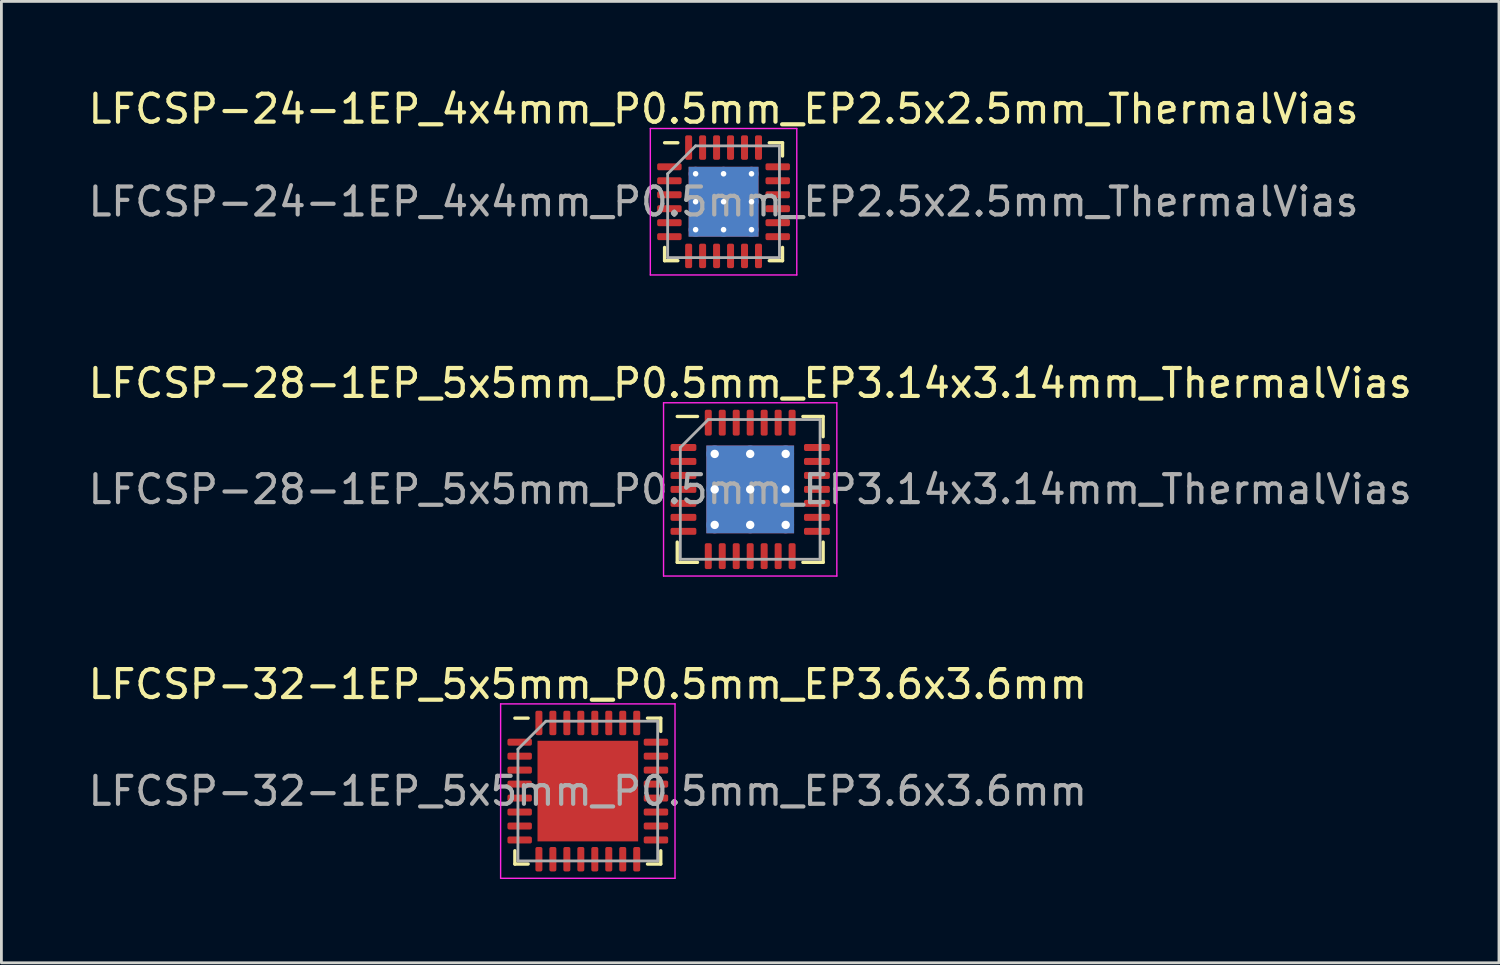
<source format=kicad_pcb>
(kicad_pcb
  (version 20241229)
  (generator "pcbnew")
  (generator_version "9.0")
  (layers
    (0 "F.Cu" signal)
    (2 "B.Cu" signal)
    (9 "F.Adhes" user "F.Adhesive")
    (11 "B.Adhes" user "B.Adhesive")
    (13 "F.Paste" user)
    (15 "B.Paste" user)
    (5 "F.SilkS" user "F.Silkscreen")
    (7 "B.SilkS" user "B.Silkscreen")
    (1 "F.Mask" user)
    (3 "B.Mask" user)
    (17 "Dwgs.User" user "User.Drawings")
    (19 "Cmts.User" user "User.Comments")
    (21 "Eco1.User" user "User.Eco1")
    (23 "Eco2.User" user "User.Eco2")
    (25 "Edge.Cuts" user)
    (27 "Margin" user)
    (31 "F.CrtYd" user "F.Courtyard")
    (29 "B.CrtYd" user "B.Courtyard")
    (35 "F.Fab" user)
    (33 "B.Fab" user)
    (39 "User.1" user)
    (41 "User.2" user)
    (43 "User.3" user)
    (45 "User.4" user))
  (footprint "LFCSP-32-1EP_5x5mm_P0.5mm_EP3.6x3.6mm"
    (layer "F.Cu")
    (at 17.982 25.255)
    (property "Reference" "LFCSP-32-1EP_5x5mm_P0.5mm_EP3.6x3.6mm" (at 0 -3.82 0) (layer "F.SilkS") (effects (font (size 1 1) (thickness 0.15))))
    (attr smd)
    (fp_line (start -2.61 2.61) (end -2.61 2.135) (stroke (width 0.12) (type solid)) (layer "F.SilkS"))
    (fp_line (start -2.135 -2.61) (end -2.61 -2.61) (stroke (width 0.12) (type solid)) (layer "F.SilkS"))
    (fp_line (start -2.135 2.61) (end -2.61 2.61) (stroke (width 0.12) (type solid)) (layer "F.SilkS"))
    (fp_line (start 2.135 -2.61) (end 2.61 -2.61) (stroke (width 0.12) (type solid)) (layer "F.SilkS"))
    (fp_line (start 2.135 2.61) (end 2.61 2.61) (stroke (width 0.12) (type solid)) (layer "F.SilkS"))
    (fp_line (start 2.61 -2.61) (end 2.61 -2.135) (stroke (width 0.12) (type solid)) (layer "F.SilkS"))
    (fp_line (start 2.61 2.61) (end 2.61 2.135) (stroke (width 0.12) (type solid)) (layer "F.SilkS"))
    (fp_line (start -3.12 -3.12) (end -3.12 3.12) (stroke (width 0.05) (type solid)) (layer "F.CrtYd"))
    (fp_line (start -3.12 3.12) (end 3.12 3.12) (stroke (width 0.05) (type solid)) (layer "F.CrtYd"))
    (fp_line (start 3.12 -3.12) (end -3.12 -3.12) (stroke (width 0.05) (type solid)) (layer "F.CrtYd"))
    (fp_line (start 3.12 3.12) (end 3.12 -3.12) (stroke (width 0.05) (type solid)) (layer "F.CrtYd"))
    (fp_line (start -2.5 -1.5) (end -1.5 -2.5) (stroke (width 0.1) (type solid)) (layer "F.Fab"))
    (fp_line (start -2.5 2.5) (end -2.5 -1.5) (stroke (width 0.1) (type solid)) (layer "F.Fab"))
    (fp_line (start -1.5 -2.5) (end 2.5 -2.5) (stroke (width 0.1) (type solid)) (layer "F.Fab"))
    (fp_line (start 2.5 -2.5) (end 2.5 2.5) (stroke (width 0.1) (type solid)) (layer "F.Fab"))
    (fp_line (start 2.5 2.5) (end -2.5 2.5) (stroke (width 0.1) (type solid)) (layer "F.Fab"))
    (fp_text user "${REFERENCE}" (at 0 0 0) (layer "F.Fab") (effects (font (size 1 1) (thickness 0.15))))
    (pad "" smd roundrect (at -0.9 -0.9) (size 1.45 1.45) (layers "F.Paste") (roundrect_rratio 0.172))
    (pad "" smd roundrect (at -0.9 0.9) (size 1.45 1.45) (layers "F.Paste") (roundrect_rratio 0.172))
    (pad "" smd roundrect (at 0.9 -0.9) (size 1.45 1.45) (layers "F.Paste") (roundrect_rratio 0.172))
    (pad "" smd roundrect (at 0.9 0.9) (size 1.45 1.45) (layers "F.Paste") (roundrect_rratio 0.172))
    (pad "1" smd roundrect (at -2.438 -1.75) (size 0.875 0.25) (layers "F.Cu" "F.Mask" "F.Paste") (roundrect_rratio 0.25))
    (pad "2" smd roundrect (at -2.438 -1.25) (size 0.875 0.25) (layers "F.Cu" "F.Mask" "F.Paste") (roundrect_rratio 0.25))
    (pad "3" smd roundrect (at -2.438 -0.75) (size 0.875 0.25) (layers "F.Cu" "F.Mask" "F.Paste") (roundrect_rratio 0.25))
    (pad "4" smd roundrect (at -2.438 -0.25) (size 0.875 0.25) (layers "F.Cu" "F.Mask" "F.Paste") (roundrect_rratio 0.25))
    (pad "5" smd roundrect (at -2.438 0.25) (size 0.875 0.25) (layers "F.Cu" "F.Mask" "F.Paste") (roundrect_rratio 0.25))
    (pad "6" smd roundrect (at -2.438 0.75) (size 0.875 0.25) (layers "F.Cu" "F.Mask" "F.Paste") (roundrect_rratio 0.25))
    (pad "7" smd roundrect (at -2.438 1.25) (size 0.875 0.25) (layers "F.Cu" "F.Mask" "F.Paste") (roundrect_rratio 0.25))
    (pad "8" smd roundrect (at -2.438 1.75) (size 0.875 0.25) (layers "F.Cu" "F.Mask" "F.Paste") (roundrect_rratio 0.25))
    (pad "9" smd roundrect (at -1.75 2.438) (size 0.25 0.875) (layers "F.Cu" "F.Mask" "F.Paste") (roundrect_rratio 0.25))
    (pad "10" smd roundrect (at -1.25 2.438) (size 0.25 0.875) (layers "F.Cu" "F.Mask" "F.Paste") (roundrect_rratio 0.25))
    (pad "11" smd roundrect (at -0.75 2.438) (size 0.25 0.875) (layers "F.Cu" "F.Mask" "F.Paste") (roundrect_rratio 0.25))
    (pad "12" smd roundrect (at -0.25 2.438) (size 0.25 0.875) (layers "F.Cu" "F.Mask" "F.Paste") (roundrect_rratio 0.25))
    (pad "13" smd roundrect (at 0.25 2.438) (size 0.25 0.875) (layers "F.Cu" "F.Mask" "F.Paste") (roundrect_rratio 0.25))
    (pad "14" smd roundrect (at 0.75 2.438) (size 0.25 0.875) (layers "F.Cu" "F.Mask" "F.Paste") (roundrect_rratio 0.25))
    (pad "15" smd roundrect (at 1.25 2.438) (size 0.25 0.875) (layers "F.Cu" "F.Mask" "F.Paste") (roundrect_rratio 0.25))
    (pad "16" smd roundrect (at 1.75 2.438) (size 0.25 0.875) (layers "F.Cu" "F.Mask" "F.Paste") (roundrect_rratio 0.25))
    (pad "17" smd roundrect (at 2.438 1.75) (size 0.875 0.25) (layers "F.Cu" "F.Mask" "F.Paste") (roundrect_rratio 0.25))
    (pad "18" smd roundrect (at 2.438 1.25) (size 0.875 0.25) (layers "F.Cu" "F.Mask" "F.Paste") (roundrect_rratio 0.25))
    (pad "19" smd roundrect (at 2.438 0.75) (size 0.875 0.25) (layers "F.Cu" "F.Mask" "F.Paste") (roundrect_rratio 0.25))
    (pad "20" smd roundrect (at 2.438 0.25) (size 0.875 0.25) (layers "F.Cu" "F.Mask" "F.Paste") (roundrect_rratio 0.25))
    (pad "21" smd roundrect (at 2.438 -0.25) (size 0.875 0.25) (layers "F.Cu" "F.Mask" "F.Paste") (roundrect_rratio 0.25))
    (pad "22" smd roundrect (at 2.438 -0.75) (size 0.875 0.25) (layers "F.Cu" "F.Mask" "F.Paste") (roundrect_rratio 0.25))
    (pad "23" smd roundrect (at 2.438 -1.25) (size 0.875 0.25) (layers "F.Cu" "F.Mask" "F.Paste") (roundrect_rratio 0.25))
    (pad "24" smd roundrect (at 2.438 -1.75) (size 0.875 0.25) (layers "F.Cu" "F.Mask" "F.Paste") (roundrect_rratio 0.25))
    (pad "25" smd roundrect (at 1.75 -2.438) (size 0.25 0.875) (layers "F.Cu" "F.Mask" "F.Paste") (roundrect_rratio 0.25))
    (pad "26" smd roundrect (at 1.25 -2.438) (size 0.25 0.875) (layers "F.Cu" "F.Mask" "F.Paste") (roundrect_rratio 0.25))
    (pad "27" smd roundrect (at 0.75 -2.438) (size 0.25 0.875) (layers "F.Cu" "F.Mask" "F.Paste") (roundrect_rratio 0.25))
    (pad "28" smd roundrect (at 0.25 -2.438) (size 0.25 0.875) (layers "F.Cu" "F.Mask" "F.Paste") (roundrect_rratio 0.25))
    (pad "29" smd roundrect (at -0.25 -2.438) (size 0.25 0.875) (layers "F.Cu" "F.Mask" "F.Paste") (roundrect_rratio 0.25))
    (pad "30" smd roundrect (at -0.75 -2.438) (size 0.25 0.875) (layers "F.Cu" "F.Mask" "F.Paste") (roundrect_rratio 0.25))
    (pad "31" smd roundrect (at -1.25 -2.438) (size 0.25 0.875) (layers "F.Cu" "F.Mask" "F.Paste") (roundrect_rratio 0.25))
    (pad "32" smd roundrect (at -1.75 -2.438) (size 0.25 0.875) (layers "F.Cu" "F.Mask" "F.Paste") (roundrect_rratio 0.25))
    (pad "33" smd rect (at 0 0) (size 3.6 3.6) (layers "F.Cu" "F.Mask")))
  (footprint "LFCSP-24-1EP_4x4mm_P0.5mm_EP2.5x2.5mm_ThermalVias"
    (layer "F.Cu")
    (at 22.839 4.168)
    (property "Reference" "LFCSP-24-1EP_4x4mm_P0.5mm_EP2.5x2.5mm_ThermalVias" (at 0 -3.32 0) (layer "F.SilkS") (effects (font (size 1 1) (thickness 0.15))))
    (attr smd)
    (fp_line (start -2.11 2.11) (end -2.11 1.635) (stroke (width 0.12) (type solid)) (layer "F.SilkS"))
    (fp_line (start -1.635 -2.11) (end -2.11 -2.11) (stroke (width 0.12) (type solid)) (layer "F.SilkS"))
    (fp_line (start -1.635 2.11) (end -2.11 2.11) (stroke (width 0.12) (type solid)) (layer "F.SilkS"))
    (fp_line (start 1.635 -2.11) (end 2.11 -2.11) (stroke (width 0.12) (type solid)) (layer "F.SilkS"))
    (fp_line (start 1.635 2.11) (end 2.11 2.11) (stroke (width 0.12) (type solid)) (layer "F.SilkS"))
    (fp_line (start 2.11 -2.11) (end 2.11 -1.635) (stroke (width 0.12) (type solid)) (layer "F.SilkS"))
    (fp_line (start 2.11 2.11) (end 2.11 1.635) (stroke (width 0.12) (type solid)) (layer "F.SilkS"))
    (fp_line (start -2.62 -2.62) (end -2.62 2.62) (stroke (width 0.05) (type solid)) (layer "F.CrtYd"))
    (fp_line (start -2.62 2.62) (end 2.62 2.62) (stroke (width 0.05) (type solid)) (layer "F.CrtYd"))
    (fp_line (start 2.62 -2.62) (end -2.62 -2.62) (stroke (width 0.05) (type solid)) (layer "F.CrtYd"))
    (fp_line (start 2.62 2.62) (end 2.62 -2.62) (stroke (width 0.05) (type solid)) (layer "F.CrtYd"))
    (fp_line (start -2 -1) (end -1 -2) (stroke (width 0.1) (type solid)) (layer "F.Fab"))
    (fp_line (start -2 2) (end -2 -1) (stroke (width 0.1) (type solid)) (layer "F.Fab"))
    (fp_line (start -1 -2) (end 2 -2) (stroke (width 0.1) (type solid)) (layer "F.Fab"))
    (fp_line (start 2 -2) (end 2 2) (stroke (width 0.1) (type solid)) (layer "F.Fab"))
    (fp_line (start 2 2) (end -2 2) (stroke (width 0.1) (type solid)) (layer "F.Fab"))
    (fp_text user "${REFERENCE}" (at 0 0 0) (layer "F.Fab") (effects (font (size 1 1) (thickness 0.15))))
    (pad "" smd roundrect (at -0.625 -0.625) (size 1.08 1.08) (layers "F.Paste") (roundrect_rratio 0.231))
    (pad "" smd roundrect (at -0.625 0.625) (size 1.08 1.08) (layers "F.Paste") (roundrect_rratio 0.231))
    (pad "" smd roundrect (at 0.625 -0.625) (size 1.08 1.08) (layers "F.Paste") (roundrect_rratio 0.231))
    (pad "" smd roundrect (at 0.625 0.625) (size 1.08 1.08) (layers "F.Paste") (roundrect_rratio 0.231))
    (pad "1" smd roundrect (at -1.938 -1.25) (size 0.875 0.25) (layers "F.Cu" "F.Mask" "F.Paste") (roundrect_rratio 0.25))
    (pad "2" smd roundrect (at -1.938 -0.75) (size 0.875 0.25) (layers "F.Cu" "F.Mask" "F.Paste") (roundrect_rratio 0.25))
    (pad "3" smd roundrect (at -1.938 -0.25) (size 0.875 0.25) (layers "F.Cu" "F.Mask" "F.Paste") (roundrect_rratio 0.25))
    (pad "4" smd roundrect (at -1.938 0.25) (size 0.875 0.25) (layers "F.Cu" "F.Mask" "F.Paste") (roundrect_rratio 0.25))
    (pad "5" smd roundrect (at -1.938 0.75) (size 0.875 0.25) (layers "F.Cu" "F.Mask" "F.Paste") (roundrect_rratio 0.25))
    (pad "6" smd roundrect (at -1.938 1.25) (size 0.875 0.25) (layers "F.Cu" "F.Mask" "F.Paste") (roundrect_rratio 0.25))
    (pad "7" smd roundrect (at -1.25 1.938) (size 0.25 0.875) (layers "F.Cu" "F.Mask" "F.Paste") (roundrect_rratio 0.25))
    (pad "8" smd roundrect (at -0.75 1.938) (size 0.25 0.875) (layers "F.Cu" "F.Mask" "F.Paste") (roundrect_rratio 0.25))
    (pad "9" smd roundrect (at -0.25 1.938) (size 0.25 0.875) (layers "F.Cu" "F.Mask" "F.Paste") (roundrect_rratio 0.25))
    (pad "10" smd roundrect (at 0.25 1.938) (size 0.25 0.875) (layers "F.Cu" "F.Mask" "F.Paste") (roundrect_rratio 0.25))
    (pad "11" smd roundrect (at 0.75 1.938) (size 0.25 0.875) (layers "F.Cu" "F.Mask" "F.Paste") (roundrect_rratio 0.25))
    (pad "12" smd roundrect (at 1.25 1.938) (size 0.25 0.875) (layers "F.Cu" "F.Mask" "F.Paste") (roundrect_rratio 0.25))
    (pad "13" smd roundrect (at 1.938 1.25) (size 0.875 0.25) (layers "F.Cu" "F.Mask" "F.Paste") (roundrect_rratio 0.25))
    (pad "14" smd roundrect (at 1.938 0.75) (size 0.875 0.25) (layers "F.Cu" "F.Mask" "F.Paste") (roundrect_rratio 0.25))
    (pad "15" smd roundrect (at 1.938 0.25) (size 0.875 0.25) (layers "F.Cu" "F.Mask" "F.Paste") (roundrect_rratio 0.25))
    (pad "16" smd roundrect (at 1.938 -0.25) (size 0.875 0.25) (layers "F.Cu" "F.Mask" "F.Paste") (roundrect_rratio 0.25))
    (pad "17" smd roundrect (at 1.938 -0.75) (size 0.875 0.25) (layers "F.Cu" "F.Mask" "F.Paste") (roundrect_rratio 0.25))
    (pad "18" smd roundrect (at 1.938 -1.25) (size 0.875 0.25) (layers "F.Cu" "F.Mask" "F.Paste") (roundrect_rratio 0.25))
    (pad "19" smd roundrect (at 1.25 -1.938) (size 0.25 0.875) (layers "F.Cu" "F.Mask" "F.Paste") (roundrect_rratio 0.25))
    (pad "20" smd roundrect (at 0.75 -1.938) (size 0.25 0.875) (layers "F.Cu" "F.Mask" "F.Paste") (roundrect_rratio 0.25))
    (pad "21" smd roundrect (at 0.25 -1.938) (size 0.25 0.875) (layers "F.Cu" "F.Mask" "F.Paste") (roundrect_rratio 0.25))
    (pad "22" smd roundrect (at -0.25 -1.938) (size 0.25 0.875) (layers "F.Cu" "F.Mask" "F.Paste") (roundrect_rratio 0.25))
    (pad "23" smd roundrect (at -0.75 -1.938) (size 0.25 0.875) (layers "F.Cu" "F.Mask" "F.Paste") (roundrect_rratio 0.25))
    (pad "24" smd roundrect (at -1.25 -1.938) (size 0.25 0.875) (layers "F.Cu" "F.Mask" "F.Paste") (roundrect_rratio 0.25))
    (pad "25" thru_hole circle (at -1 -1) (size 0.5 0.5) (drill 0.2) (layers "*.Cu"))
    (pad "25" thru_hole circle (at -1 0) (size 0.5 0.5) (drill 0.2) (layers "*.Cu"))
    (pad "25" thru_hole circle (at -1 1) (size 0.5 0.5) (drill 0.2) (layers "*.Cu"))
    (pad "25" thru_hole circle (at 0 -1) (size 0.5 0.5) (drill 0.2) (layers "*.Cu"))
    (pad "25" thru_hole circle (at 0 0) (size 0.5 0.5) (drill 0.2) (layers "*.Cu"))
    (pad "25" smd rect (at 0 0) (size 2.5 2.5) (layers "F.Cu" "F.Mask"))
    (pad "25" smd rect (at 0 0) (size 2.5 2.5) (layers "B.Cu"))
    (pad "25" thru_hole circle (at 0 1) (size 0.5 0.5) (drill 0.2) (layers "*.Cu"))
    (pad "25" thru_hole circle (at 1 -1) (size 0.5 0.5) (drill 0.2) (layers "*.Cu"))
    (pad "25" thru_hole circle (at 1 0) (size 0.5 0.5) (drill 0.2) (layers "*.Cu"))
    (pad "25" thru_hole circle (at 1 1) (size 0.5 0.5) (drill 0.2) (layers "*.Cu")))
  (footprint "LFCSP-28-1EP_5x5mm_P0.5mm_EP3.14x3.14mm_ThermalVias"
    (layer "F.Cu")
    (at 23.792 14.461)
    (property "Reference" "LFCSP-28-1EP_5x5mm_P0.5mm_EP3.14x3.14mm_ThermalVias" (at 0 -3.8 0) (layer "F.SilkS") (effects (font (size 1 1) (thickness 0.15))))
    (attr smd)
    (fp_line (start -2.61 2.61) (end -2.61 1.885) (stroke (width 0.12) (type solid)) (layer "F.SilkS"))
    (fp_line (start -1.885 -2.61) (end -2.61 -2.61) (stroke (width 0.12) (type solid)) (layer "F.SilkS"))
    (fp_line (start -1.885 2.61) (end -2.61 2.61) (stroke (width 0.12) (type solid)) (layer "F.SilkS"))
    (fp_line (start 1.885 -2.61) (end 2.61 -2.61) (stroke (width 0.12) (type solid)) (layer "F.SilkS"))
    (fp_line (start 1.885 2.61) (end 2.61 2.61) (stroke (width 0.12) (type solid)) (layer "F.SilkS"))
    (fp_line (start 2.61 -2.61) (end 2.61 -1.885) (stroke (width 0.12) (type solid)) (layer "F.SilkS"))
    (fp_line (start 2.61 2.61) (end 2.61 1.885) (stroke (width 0.12) (type solid)) (layer "F.SilkS"))
    (fp_line (start -3.1 -3.1) (end -3.1 3.1) (stroke (width 0.05) (type solid)) (layer "F.CrtYd"))
    (fp_line (start -3.1 3.1) (end 3.1 3.1) (stroke (width 0.05) (type solid)) (layer "F.CrtYd"))
    (fp_line (start 3.1 -3.1) (end -3.1 -3.1) (stroke (width 0.05) (type solid)) (layer "F.CrtYd"))
    (fp_line (start 3.1 3.1) (end 3.1 -3.1) (stroke (width 0.05) (type solid)) (layer "F.CrtYd"))
    (fp_line (start -2.5 -1.5) (end -1.5 -2.5) (stroke (width 0.1) (type solid)) (layer "F.Fab"))
    (fp_line (start -2.5 2.5) (end -2.5 -1.5) (stroke (width 0.1) (type solid)) (layer "F.Fab"))
    (fp_line (start -1.5 -2.5) (end 2.5 -2.5) (stroke (width 0.1) (type solid)) (layer "F.Fab"))
    (fp_line (start 2.5 -2.5) (end 2.5 2.5) (stroke (width 0.1) (type solid)) (layer "F.Fab"))
    (fp_line (start 2.5 2.5) (end -2.5 2.5) (stroke (width 0.1) (type solid)) (layer "F.Fab"))
    (fp_text user "${REFERENCE}" (at 0 0 0) (layer "F.Fab") (effects (font (size 1 1) (thickness 0.15))))
    (pad "" smd roundrect (at -0.785 -0.785) (size 1.31 1.31) (layers "F.Paste") (roundrect_rratio 0.191))
    (pad "" smd roundrect (at -0.785 0.785) (size 1.31 1.31) (layers "F.Paste") (roundrect_rratio 0.191))
    (pad "" smd roundrect (at 0.785 -0.785) (size 1.31 1.31) (layers "F.Paste") (roundrect_rratio 0.191))
    (pad "" smd roundrect (at 0.785 0.785) (size 1.31 1.31) (layers "F.Paste") (roundrect_rratio 0.191))
    (pad "1" smd roundrect (at -2.388 -1.5) (size 0.925 0.25) (layers "F.Cu" "F.Mask" "F.Paste") (roundrect_rratio 0.25))
    (pad "2" smd roundrect (at -2.388 -1) (size 0.925 0.25) (layers "F.Cu" "F.Mask" "F.Paste") (roundrect_rratio 0.25))
    (pad "3" smd roundrect (at -2.388 -0.5) (size 0.925 0.25) (layers "F.Cu" "F.Mask" "F.Paste") (roundrect_rratio 0.25))
    (pad "4" smd roundrect (at -2.388 0) (size 0.925 0.25) (layers "F.Cu" "F.Mask" "F.Paste") (roundrect_rratio 0.25))
    (pad "5" smd roundrect (at -2.388 0.5) (size 0.925 0.25) (layers "F.Cu" "F.Mask" "F.Paste") (roundrect_rratio 0.25))
    (pad "6" smd roundrect (at -2.388 1) (size 0.925 0.25) (layers "F.Cu" "F.Mask" "F.Paste") (roundrect_rratio 0.25))
    (pad "7" smd roundrect (at -2.388 1.5) (size 0.925 0.25) (layers "F.Cu" "F.Mask" "F.Paste") (roundrect_rratio 0.25))
    (pad "8" smd roundrect (at -1.5 2.388) (size 0.25 0.925) (layers "F.Cu" "F.Mask" "F.Paste") (roundrect_rratio 0.25))
    (pad "9" smd roundrect (at -1 2.388) (size 0.25 0.925) (layers "F.Cu" "F.Mask" "F.Paste") (roundrect_rratio 0.25))
    (pad "10" smd roundrect (at -0.5 2.388) (size 0.25 0.925) (layers "F.Cu" "F.Mask" "F.Paste") (roundrect_rratio 0.25))
    (pad "11" smd roundrect (at 0 2.388) (size 0.25 0.925) (layers "F.Cu" "F.Mask" "F.Paste") (roundrect_rratio 0.25))
    (pad "12" smd roundrect (at 0.5 2.388) (size 0.25 0.925) (layers "F.Cu" "F.Mask" "F.Paste") (roundrect_rratio 0.25))
    (pad "13" smd roundrect (at 1 2.388) (size 0.25 0.925) (layers "F.Cu" "F.Mask" "F.Paste") (roundrect_rratio 0.25))
    (pad "14" smd roundrect (at 1.5 2.388) (size 0.25 0.925) (layers "F.Cu" "F.Mask" "F.Paste") (roundrect_rratio 0.25))
    (pad "15" smd roundrect (at 2.388 1.5) (size 0.925 0.25) (layers "F.Cu" "F.Mask" "F.Paste") (roundrect_rratio 0.25))
    (pad "16" smd roundrect (at 2.388 1) (size 0.925 0.25) (layers "F.Cu" "F.Mask" "F.Paste") (roundrect_rratio 0.25))
    (pad "17" smd roundrect (at 2.388 0.5) (size 0.925 0.25) (layers "F.Cu" "F.Mask" "F.Paste") (roundrect_rratio 0.25))
    (pad "18" smd roundrect (at 2.388 0) (size 0.925 0.25) (layers "F.Cu" "F.Mask" "F.Paste") (roundrect_rratio 0.25))
    (pad "19" smd roundrect (at 2.388 -0.5) (size 0.925 0.25) (layers "F.Cu" "F.Mask" "F.Paste") (roundrect_rratio 0.25))
    (pad "20" smd roundrect (at 2.388 -1) (size 0.925 0.25) (layers "F.Cu" "F.Mask" "F.Paste") (roundrect_rratio 0.25))
    (pad "21" smd roundrect (at 2.388 -1.5) (size 0.925 0.25) (layers "F.Cu" "F.Mask" "F.Paste") (roundrect_rratio 0.25))
    (pad "22" smd roundrect (at 1.5 -2.388) (size 0.25 0.925) (layers "F.Cu" "F.Mask" "F.Paste") (roundrect_rratio 0.25))
    (pad "23" smd roundrect (at 1 -2.388) (size 0.25 0.925) (layers "F.Cu" "F.Mask" "F.Paste") (roundrect_rratio 0.25))
    (pad "24" smd roundrect (at 0.5 -2.388) (size 0.25 0.925) (layers "F.Cu" "F.Mask" "F.Paste") (roundrect_rratio 0.25))
    (pad "25" smd roundrect (at 0 -2.388) (size 0.25 0.925) (layers "F.Cu" "F.Mask" "F.Paste") (roundrect_rratio 0.25))
    (pad "26" smd roundrect (at -0.5 -2.388) (size 0.25 0.925) (layers "F.Cu" "F.Mask" "F.Paste") (roundrect_rratio 0.25))
    (pad "27" smd roundrect (at -1 -2.388) (size 0.25 0.925) (layers "F.Cu" "F.Mask" "F.Paste") (roundrect_rratio 0.25))
    (pad "28" smd roundrect (at -1.5 -2.388) (size 0.25 0.925) (layers "F.Cu" "F.Mask" "F.Paste") (roundrect_rratio 0.25))
    (pad "29" thru_hole circle (at -1.27 -1.27) (size 0.6 0.6) (drill 0.3) (layers "*.Cu"))
    (pad "29" thru_hole circle (at -1.27 0) (size 0.6 0.6) (drill 0.3) (layers "*.Cu"))
    (pad "29" thru_hole circle (at -1.27 1.27) (size 0.6 0.6) (drill 0.3) (layers "*.Cu"))
    (pad "29" thru_hole circle (at 0 -1.27) (size 0.6 0.6) (drill 0.3) (layers "*.Cu"))
    (pad "29" thru_hole circle (at 0 0) (size 0.6 0.6) (drill 0.3) (layers "*.Cu"))
    (pad "29" smd rect (at 0 0) (size 3.14 3.14) (layers "F.Cu" "F.Mask"))
    (pad "29" smd rect (at 0 0) (size 3.14 3.14) (layers "B.Cu"))
    (pad "29" thru_hole circle (at 0 1.27) (size 0.6 0.6) (drill 0.3) (layers "*.Cu"))
    (pad "29" thru_hole circle (at 1.27 -1.27) (size 0.6 0.6) (drill 0.3) (layers "*.Cu"))
    (pad "29" thru_hole circle (at 1.27 0) (size 0.6 0.6) (drill 0.3) (layers "*.Cu"))
    (pad "29" thru_hole circle (at 1.27 1.27) (size 0.6 0.6) (drill 0.3) (layers "*.Cu")))
  (gr_rect
    (start -3 -3)
    (end 50.583 31.4)
    (stroke (width 0.1) (type default))
    (fill no)
    (layer "Edge.Cuts")))
</source>
